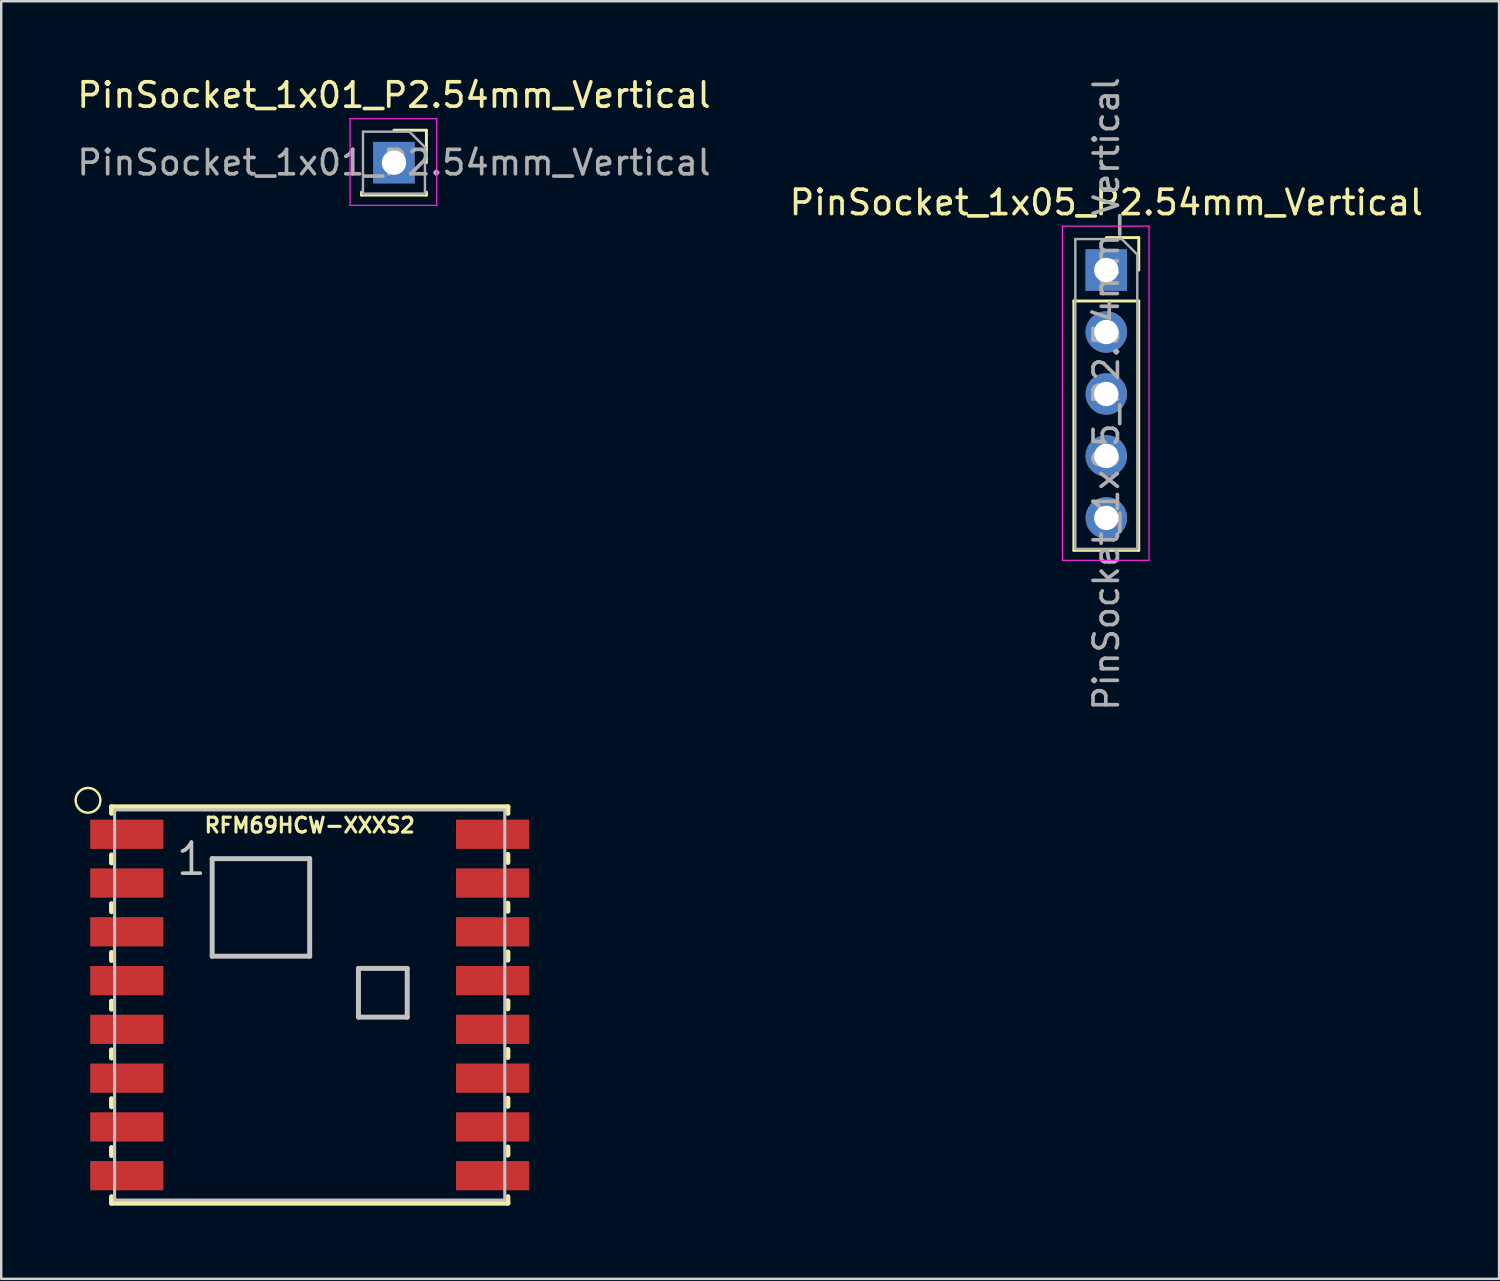
<source format=kicad_pcb>
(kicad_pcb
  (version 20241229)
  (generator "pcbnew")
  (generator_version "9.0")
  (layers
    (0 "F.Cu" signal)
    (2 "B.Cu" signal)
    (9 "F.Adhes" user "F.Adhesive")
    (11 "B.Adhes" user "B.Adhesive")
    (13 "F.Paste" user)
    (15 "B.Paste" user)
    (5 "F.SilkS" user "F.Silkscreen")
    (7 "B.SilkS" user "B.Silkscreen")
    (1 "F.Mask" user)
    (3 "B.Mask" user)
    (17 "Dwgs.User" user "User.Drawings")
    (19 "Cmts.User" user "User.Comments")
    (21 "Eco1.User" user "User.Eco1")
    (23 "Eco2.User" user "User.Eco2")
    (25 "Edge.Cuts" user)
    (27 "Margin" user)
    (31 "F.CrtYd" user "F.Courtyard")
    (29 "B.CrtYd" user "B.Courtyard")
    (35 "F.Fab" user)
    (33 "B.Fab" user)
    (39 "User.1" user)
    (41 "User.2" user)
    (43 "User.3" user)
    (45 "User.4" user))
  (footprint "PinSocket_1x01_P2.54mm_Vertical"
    (layer "F.Cu")
    (at 13.101 3.618)
    (property "Reference" "PinSocket_1x01_P2.54mm_Vertical" (at 0 -2.77 0) (layer "F.SilkS") (effects (font (size 1 1) (thickness 0.15))))
    (attr through_hole)
    (fp_line (start -1.33 1.21) (end -1.33 1.33) (stroke (width 0.12) (type solid)) (layer "F.SilkS"))
    (fp_line (start -1.33 1.33) (end 1.33 1.33) (stroke (width 0.12) (type solid)) (layer "F.SilkS"))
    (fp_line (start 0 -1.33) (end 1.33 -1.33) (stroke (width 0.12) (type solid)) (layer "F.SilkS"))
    (fp_line (start 1.33 -1.33) (end 1.33 0) (stroke (width 0.12) (type solid)) (layer "F.SilkS"))
    (fp_line (start 1.33 1.21) (end 1.33 1.33) (stroke (width 0.12) (type solid)) (layer "F.SilkS"))
    (fp_line (start -1.8 -1.8) (end 1.75 -1.8) (stroke (width 0.05) (type solid)) (layer "F.CrtYd"))
    (fp_line (start -1.8 1.75) (end -1.8 -1.8) (stroke (width 0.05) (type solid)) (layer "F.CrtYd"))
    (fp_line (start 1.75 -1.8) (end 1.75 1.75) (stroke (width 0.05) (type solid)) (layer "F.CrtYd"))
    (fp_line (start 1.75 1.75) (end -1.8 1.75) (stroke (width 0.05) (type solid)) (layer "F.CrtYd"))
    (fp_line (start -1.27 -1.27) (end 0.635 -1.27) (stroke (width 0.1) (type solid)) (layer "F.Fab"))
    (fp_line (start -1.27 1.27) (end -1.27 -1.27) (stroke (width 0.1) (type solid)) (layer "F.Fab"))
    (fp_line (start 0.635 -1.27) (end 1.27 -0.635) (stroke (width 0.1) (type solid)) (layer "F.Fab"))
    (fp_line (start 1.27 -0.635) (end 1.27 1.27) (stroke (width 0.1) (type solid)) (layer "F.Fab"))
    (fp_line (start 1.27 1.27) (end -1.27 1.27) (stroke (width 0.1) (type solid)) (layer "F.Fab"))
    (fp_text user "${REFERENCE}" (at 0 0 0) (layer "F.Fab") (effects (font (size 1 1) (thickness 0.15))))
    (pad "1" thru_hole rect (at 0 0) (size 1.7 1.7) (drill 1) (layers "*.Cu" "*.Mask")))
  (footprint "RFM69HCW-XXXS2"
    (layer "F.Cu")
    (at 9.646 38.15)
    (property "Reference" "RFM69HCW-XXXS2" (at 0 -7.366 0) (layer "F.SilkS") (effects (font (size 0.61 0.61) (thickness 0.127))))
    (attr smd)
    (fp_line (start -8.125 -8.125) (end 8.125 -8.125) (stroke (width 0.203) (type solid)) (layer "F.SilkS"))
    (fp_line (start -8.125 -7.859) (end -8.125 -8.125) (stroke (width 0.203) (type solid)) (layer "F.SilkS"))
    (fp_line (start -8.125 -5.824) (end -8.125 -6.154) (stroke (width 0.203) (type solid)) (layer "F.SilkS"))
    (fp_line (start -8.125 -3.825) (end -8.125 -4.155) (stroke (width 0.203) (type solid)) (layer "F.SilkS"))
    (fp_line (start -8.125 -1.824) (end -8.125 -2.154) (stroke (width 0.203) (type solid)) (layer "F.SilkS"))
    (fp_line (start -8.125 0.173) (end -8.125 -0.155) (stroke (width 0.203) (type solid)) (layer "F.SilkS"))
    (fp_line (start -8.125 2.172) (end -8.125 1.841) (stroke (width 0.203) (type solid)) (layer "F.SilkS"))
    (fp_line (start -8.125 4.173) (end -8.125 3.843) (stroke (width 0.203) (type solid)) (layer "F.SilkS"))
    (fp_line (start -8.125 6.172) (end -8.125 5.842) (stroke (width 0.203) (type solid)) (layer "F.SilkS"))
    (fp_line (start -8.125 8.125) (end -8.125 7.859) (stroke (width 0.203) (type solid)) (layer "F.SilkS"))
    (fp_line (start 8.125 -8.125) (end 8.125 -7.859) (stroke (width 0.203) (type solid)) (layer "F.SilkS"))
    (fp_line (start 8.125 -6.172) (end 8.125 -5.842) (stroke (width 0.203) (type solid)) (layer "F.SilkS"))
    (fp_line (start 8.125 -4.173) (end 8.125 -3.843) (stroke (width 0.203) (type solid)) (layer "F.SilkS"))
    (fp_line (start 8.125 -2.172) (end 8.125 -1.841) (stroke (width 0.203) (type solid)) (layer "F.SilkS"))
    (fp_line (start 8.125 -0.173) (end 8.125 0.155) (stroke (width 0.203) (type solid)) (layer "F.SilkS"))
    (fp_line (start 8.125 1.824) (end 8.125 2.154) (stroke (width 0.203) (type solid)) (layer "F.SilkS"))
    (fp_line (start 8.125 3.825) (end 8.125 4.155) (stroke (width 0.203) (type solid)) (layer "F.SilkS"))
    (fp_line (start 8.125 5.824) (end 8.125 6.154) (stroke (width 0.203) (type solid)) (layer "F.SilkS"))
    (fp_line (start 8.125 7.859) (end 8.125 8.125) (stroke (width 0.203) (type solid)) (layer "F.SilkS"))
    (fp_line (start 8.125 8.125) (end -8.125 8.125) (stroke (width 0.203) (type solid)) (layer "F.SilkS"))
    (fp_circle (center -9.088 -8.39) (end -9.088 -8.898) (stroke (width 0.1) (type solid)) (fill no) (layer "F.SilkS"))
    (fp_line (start -7.998 -7.998) (end -7.998 7.998) (stroke (width 0.127) (type solid)) (layer "Dwgs.User"))
    (fp_line (start -7.998 7.998) (end 7.998 7.998) (stroke (width 0.127) (type solid)) (layer "Dwgs.User"))
    (fp_line (start -3.998 -5.999) (end -3.998 -1.999) (stroke (width 0.203) (type solid)) (layer "Dwgs.User"))
    (fp_line (start -3.998 -1.999) (end 0 -1.999) (stroke (width 0.203) (type solid)) (layer "Dwgs.User"))
    (fp_line (start 0 -5.999) (end -3.998 -5.999) (stroke (width 0.203) (type solid)) (layer "Dwgs.User"))
    (fp_line (start 0 -1.999) (end 0 -5.999) (stroke (width 0.203) (type solid)) (layer "Dwgs.User"))
    (fp_line (start 1.999 0.498) (end 1.999 -1.499) (stroke (width 0.203) (type solid)) (layer "Dwgs.User"))
    (fp_line (start 3.998 -1.499) (end 1.999 -1.499) (stroke (width 0.203) (type solid)) (layer "Dwgs.User"))
    (fp_line (start 3.998 0.498) (end 1.999 0.498) (stroke (width 0.203) (type solid)) (layer "Dwgs.User"))
    (fp_line (start 3.998 0.498) (end 3.998 -1.499) (stroke (width 0.203) (type solid)) (layer "Dwgs.User"))
    (fp_line (start 7.998 -7.998) (end -7.998 -7.998) (stroke (width 0.127) (type solid)) (layer "Dwgs.User"))
    (fp_line (start 7.998 7.998) (end 7.998 -7.998) (stroke (width 0.127) (type solid)) (layer "Dwgs.User"))
    (fp_text user "1" (at -4.849 -5.984 0) (layer "Dwgs.User") (effects (font (size 1.27 1.27) (thickness 0.152))))
    (pad "1" smd rect (at -7.498 -6.998) (size 3 1.199) (layers "F.Cu" "F.Mask" "F.Paste"))
    (pad "2" smd rect (at -7.498 -4.999) (size 3 1.199) (layers "F.Cu" "F.Mask" "F.Paste"))
    (pad "3" smd rect (at -7.498 -3) (size 3 1.199) (layers "F.Cu" "F.Mask" "F.Paste"))
    (pad "4" smd rect (at -7.498 -0.998) (size 3 1.199) (layers "F.Cu" "F.Mask" "F.Paste"))
    (pad "5" smd rect (at -7.498 0.998) (size 3 1.199) (layers "F.Cu" "F.Mask" "F.Paste"))
    (pad "6" smd rect (at -7.498 3) (size 3 1.199) (layers "F.Cu" "F.Mask" "F.Paste"))
    (pad "7" smd rect (at -7.498 4.999) (size 3 1.199) (layers "F.Cu" "F.Mask" "F.Paste"))
    (pad "8" smd rect (at -7.498 6.998) (size 3 1.199) (layers "F.Cu" "F.Mask" "F.Paste"))
    (pad "9" smd rect (at 7.498 6.998) (size 3 1.199) (layers "F.Cu" "F.Mask" "F.Paste"))
    (pad "10" smd rect (at 7.498 4.999) (size 3 1.199) (layers "F.Cu" "F.Mask" "F.Paste"))
    (pad "11" smd rect (at 7.498 3) (size 3 1.199) (layers "F.Cu" "F.Mask" "F.Paste"))
    (pad "12" smd rect (at 7.498 0.998) (size 3 1.199) (layers "F.Cu" "F.Mask" "F.Paste"))
    (pad "13" smd rect (at 7.498 -0.998) (size 3 1.199) (layers "F.Cu" "F.Mask" "F.Paste"))
    (pad "14" smd rect (at 7.498 -3) (size 3 1.199) (layers "F.Cu" "F.Mask" "F.Paste"))
    (pad "15" smd rect (at 7.498 -4.999) (size 3 1.199) (layers "F.Cu" "F.Mask" "F.Paste"))
    (pad "16" smd rect (at 7.498 -6.998) (size 3 1.199) (layers "F.Cu" "F.Mask" "F.Paste")))
  (footprint "PinSocket_1x05_P2.54mm_Vertical"
    (layer "F.Cu")
    (at 42.304 8.021)
    (property "Reference" "PinSocket_1x05_P2.54mm_Vertical" (at 0 -2.77 0) (layer "F.SilkS") (effects (font (size 1 1) (thickness 0.15))))
    (attr through_hole)
    (fp_line (start -1.33 1.27) (end -1.33 11.49) (stroke (width 0.12) (type solid)) (layer "F.SilkS"))
    (fp_line (start -1.33 1.27) (end 1.33 1.27) (stroke (width 0.12) (type solid)) (layer "F.SilkS"))
    (fp_line (start -1.33 11.49) (end 1.33 11.49) (stroke (width 0.12) (type solid)) (layer "F.SilkS"))
    (fp_line (start 0 -1.33) (end 1.33 -1.33) (stroke (width 0.12) (type solid)) (layer "F.SilkS"))
    (fp_line (start 1.33 -1.33) (end 1.33 0) (stroke (width 0.12) (type solid)) (layer "F.SilkS"))
    (fp_line (start 1.33 1.27) (end 1.33 11.49) (stroke (width 0.12) (type solid)) (layer "F.SilkS"))
    (fp_line (start -1.8 -1.8) (end 1.75 -1.8) (stroke (width 0.05) (type solid)) (layer "F.CrtYd"))
    (fp_line (start -1.8 11.9) (end -1.8 -1.8) (stroke (width 0.05) (type solid)) (layer "F.CrtYd"))
    (fp_line (start 1.75 -1.8) (end 1.75 11.9) (stroke (width 0.05) (type solid)) (layer "F.CrtYd"))
    (fp_line (start 1.75 11.9) (end -1.8 11.9) (stroke (width 0.05) (type solid)) (layer "F.CrtYd"))
    (fp_line (start -1.27 -1.27) (end 0.635 -1.27) (stroke (width 0.1) (type solid)) (layer "F.Fab"))
    (fp_line (start -1.27 11.43) (end -1.27 -1.27) (stroke (width 0.1) (type solid)) (layer "F.Fab"))
    (fp_line (start 0.635 -1.27) (end 1.27 -0.635) (stroke (width 0.1) (type solid)) (layer "F.Fab"))
    (fp_line (start 1.27 -0.635) (end 1.27 11.43) (stroke (width 0.1) (type solid)) (layer "F.Fab"))
    (fp_line (start 1.27 11.43) (end -1.27 11.43) (stroke (width 0.1) (type solid)) (layer "F.Fab"))
    (fp_text user "${REFERENCE}" (at 0 5.08 90) (layer "F.Fab") (effects (font (size 1 1) (thickness 0.15))))
    (pad "1" thru_hole rect (at 0 0) (size 1.7 1.7) (drill 1) (layers "*.Cu" "*.Mask"))
    (pad "2" thru_hole oval (at 0 2.54) (size 1.7 1.7) (drill 1) (layers "*.Cu" "*.Mask"))
    (pad "3" thru_hole oval (at 0 5.08) (size 1.7 1.7) (drill 1) (layers "*.Cu" "*.Mask"))
    (pad "4" thru_hole oval (at 0 7.62) (size 1.7 1.7) (drill 1) (layers "*.Cu" "*.Mask"))
    (pad "5" thru_hole oval (at 0 10.16) (size 1.7 1.7) (drill 1) (layers "*.Cu" "*.Mask")))
  (gr_rect
    (start -3 -3)
    (end 58.405 49.377)
    (stroke (width 0.1) (type default))
    (fill no)
    (layer "Edge.Cuts")))
</source>
